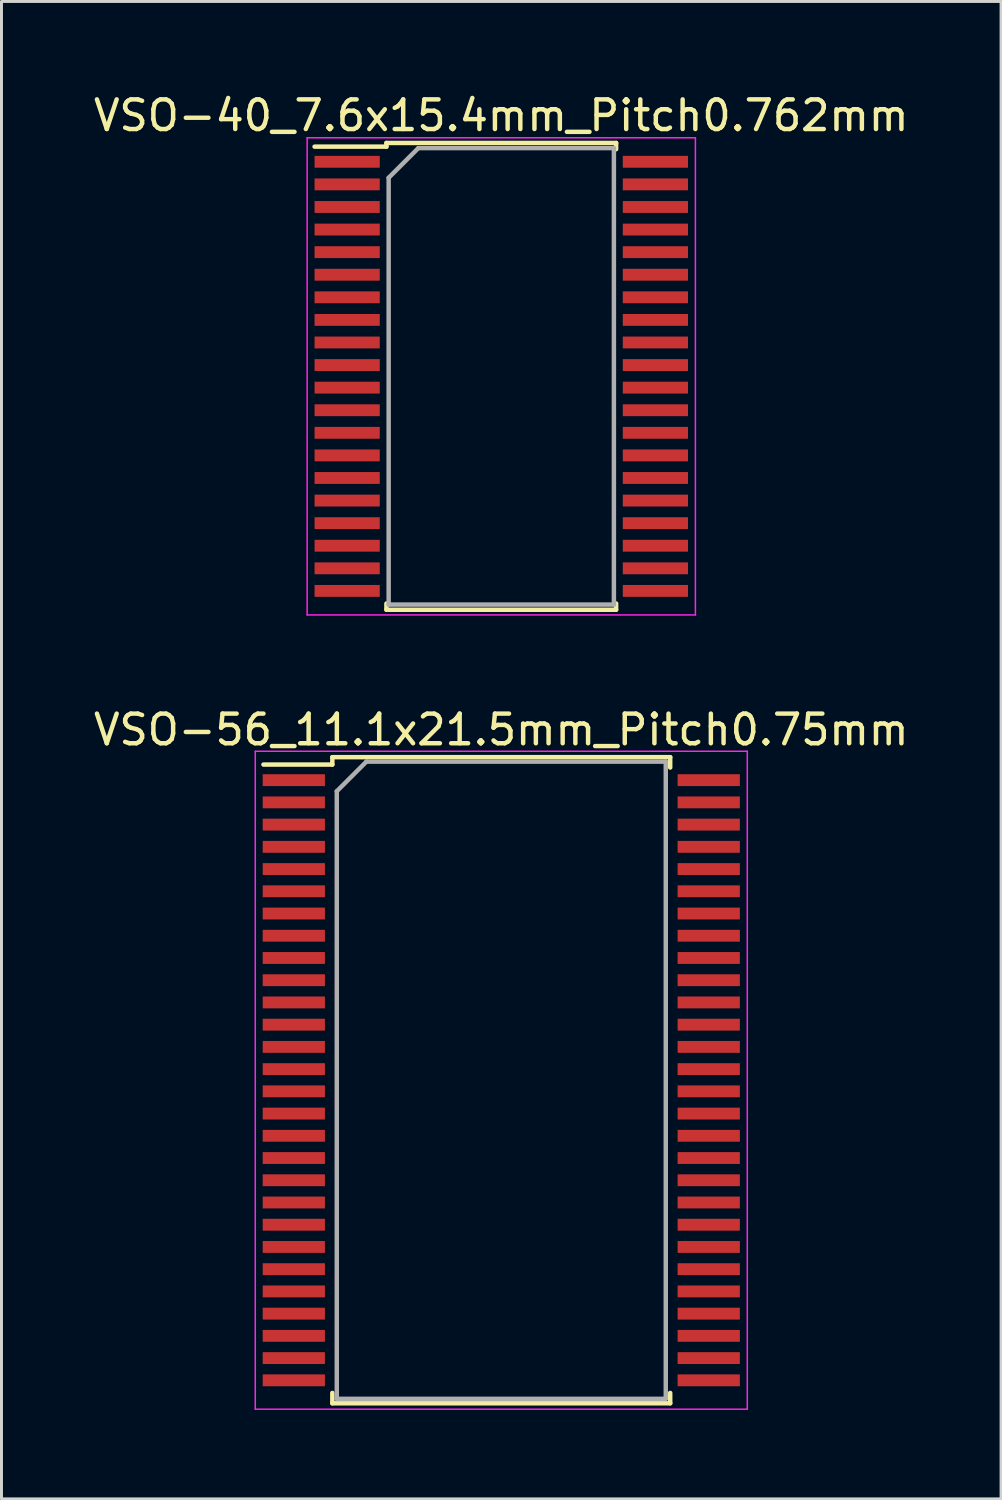
<source format=kicad_pcb>
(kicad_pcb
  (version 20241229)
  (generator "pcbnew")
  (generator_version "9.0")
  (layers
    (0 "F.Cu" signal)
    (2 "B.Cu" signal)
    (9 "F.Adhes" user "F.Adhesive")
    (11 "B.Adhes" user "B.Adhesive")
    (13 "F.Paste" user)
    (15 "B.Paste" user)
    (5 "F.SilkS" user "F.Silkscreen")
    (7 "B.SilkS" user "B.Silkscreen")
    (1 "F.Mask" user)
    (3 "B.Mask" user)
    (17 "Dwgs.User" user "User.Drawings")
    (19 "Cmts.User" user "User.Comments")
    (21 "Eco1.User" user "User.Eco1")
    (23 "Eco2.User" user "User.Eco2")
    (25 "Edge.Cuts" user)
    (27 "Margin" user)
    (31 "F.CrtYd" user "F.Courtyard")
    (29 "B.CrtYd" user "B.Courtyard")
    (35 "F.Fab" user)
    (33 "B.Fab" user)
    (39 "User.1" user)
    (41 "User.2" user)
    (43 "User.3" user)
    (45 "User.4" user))
  (footprint "VSO-40_7.6x15.4mm_Pitch0.762mm"
    (layer "F.Cu")
    (at 13.863 9.648)
    (property "Reference" "VSO-40_7.6x15.4mm_Pitch0.762mm" (at 0 -8.8 0) (layer "F.SilkS") (effects (font (size 1 1) (thickness 0.15))))
    (attr smd)
    (fp_line (start -3.875 -7.875) (end -3.875 -7.75) (stroke (width 0.15) (type solid)) (layer "F.SilkS"))
    (fp_line (start -3.875 -7.875) (end 3.875 -7.875) (stroke (width 0.15) (type solid)) (layer "F.SilkS"))
    (fp_line (start -3.875 -7.75) (end -6.3 -7.75) (stroke (width 0.15) (type solid)) (layer "F.SilkS"))
    (fp_line (start -3.875 7.875) (end -3.875 7.664) (stroke (width 0.15) (type solid)) (layer "F.SilkS"))
    (fp_line (start -3.875 7.875) (end 3.875 7.875) (stroke (width 0.15) (type solid)) (layer "F.SilkS"))
    (fp_line (start 3.875 -7.875) (end 3.875 -7.664) (stroke (width 0.15) (type solid)) (layer "F.SilkS"))
    (fp_line (start 3.875 7.875) (end 3.875 7.664) (stroke (width 0.15) (type solid)) (layer "F.SilkS"))
    (fp_line (start -6.55 -8.05) (end -6.55 8.05) (stroke (width 0.05) (type solid)) (layer "F.CrtYd"))
    (fp_line (start -6.55 -8.05) (end 6.55 -8.05) (stroke (width 0.05) (type solid)) (layer "F.CrtYd"))
    (fp_line (start -6.55 8.05) (end 6.55 8.05) (stroke (width 0.05) (type solid)) (layer "F.CrtYd"))
    (fp_line (start 6.55 -8.05) (end 6.55 8.05) (stroke (width 0.05) (type solid)) (layer "F.CrtYd"))
    (fp_line (start -3.8 -6.7) (end -2.8 -7.7) (stroke (width 0.15) (type solid)) (layer "F.Fab"))
    (fp_line (start -3.8 7.7) (end -3.8 -6.7) (stroke (width 0.15) (type solid)) (layer "F.Fab"))
    (fp_line (start -2.8 -7.7) (end 3.8 -7.7) (stroke (width 0.15) (type solid)) (layer "F.Fab"))
    (fp_line (start 3.8 -7.7) (end 3.8 7.7) (stroke (width 0.15) (type solid)) (layer "F.Fab"))
    (fp_line (start 3.8 7.7) (end -3.8 7.7) (stroke (width 0.15) (type solid)) (layer "F.Fab"))
    (pad "1" smd rect (at -5.2 -7.239) (size 2.2 0.4) (layers "F.Cu" "F.Mask" "F.Paste"))
    (pad "2" smd rect (at -5.2 -6.477) (size 2.2 0.4) (layers "F.Cu" "F.Mask" "F.Paste"))
    (pad "3" smd rect (at -5.2 -5.715) (size 2.2 0.4) (layers "F.Cu" "F.Mask" "F.Paste"))
    (pad "4" smd rect (at -5.2 -4.953) (size 2.2 0.4) (layers "F.Cu" "F.Mask" "F.Paste"))
    (pad "5" smd rect (at -5.2 -4.191) (size 2.2 0.4) (layers "F.Cu" "F.Mask" "F.Paste"))
    (pad "6" smd rect (at -5.2 -3.429) (size 2.2 0.4) (layers "F.Cu" "F.Mask" "F.Paste"))
    (pad "7" smd rect (at -5.2 -2.667) (size 2.2 0.4) (layers "F.Cu" "F.Mask" "F.Paste"))
    (pad "8" smd rect (at -5.2 -1.905) (size 2.2 0.4) (layers "F.Cu" "F.Mask" "F.Paste"))
    (pad "9" smd rect (at -5.2 -1.143) (size 2.2 0.4) (layers "F.Cu" "F.Mask" "F.Paste"))
    (pad "10" smd rect (at -5.2 -0.381) (size 2.2 0.4) (layers "F.Cu" "F.Mask" "F.Paste"))
    (pad "11" smd rect (at -5.2 0.381) (size 2.2 0.4) (layers "F.Cu" "F.Mask" "F.Paste"))
    (pad "12" smd rect (at -5.2 1.143) (size 2.2 0.4) (layers "F.Cu" "F.Mask" "F.Paste"))
    (pad "13" smd rect (at -5.2 1.905) (size 2.2 0.4) (layers "F.Cu" "F.Mask" "F.Paste"))
    (pad "14" smd rect (at -5.2 2.667) (size 2.2 0.4) (layers "F.Cu" "F.Mask" "F.Paste"))
    (pad "15" smd rect (at -5.2 3.429) (size 2.2 0.4) (layers "F.Cu" "F.Mask" "F.Paste"))
    (pad "16" smd rect (at -5.2 4.191) (size 2.2 0.4) (layers "F.Cu" "F.Mask" "F.Paste"))
    (pad "17" smd rect (at -5.2 4.953) (size 2.2 0.4) (layers "F.Cu" "F.Mask" "F.Paste"))
    (pad "18" smd rect (at -5.2 5.715) (size 2.2 0.4) (layers "F.Cu" "F.Mask" "F.Paste"))
    (pad "19" smd rect (at -5.2 6.477) (size 2.2 0.4) (layers "F.Cu" "F.Mask" "F.Paste"))
    (pad "20" smd rect (at -5.2 7.239) (size 2.2 0.4) (layers "F.Cu" "F.Mask" "F.Paste"))
    (pad "21" smd rect (at 5.2 7.239) (size 2.2 0.4) (layers "F.Cu" "F.Mask" "F.Paste"))
    (pad "22" smd rect (at 5.2 6.477) (size 2.2 0.4) (layers "F.Cu" "F.Mask" "F.Paste"))
    (pad "23" smd rect (at 5.2 5.715) (size 2.2 0.4) (layers "F.Cu" "F.Mask" "F.Paste"))
    (pad "24" smd rect (at 5.2 4.953) (size 2.2 0.4) (layers "F.Cu" "F.Mask" "F.Paste"))
    (pad "25" smd rect (at 5.2 4.191) (size 2.2 0.4) (layers "F.Cu" "F.Mask" "F.Paste"))
    (pad "26" smd rect (at 5.2 3.429) (size 2.2 0.4) (layers "F.Cu" "F.Mask" "F.Paste"))
    (pad "27" smd rect (at 5.2 2.667) (size 2.2 0.4) (layers "F.Cu" "F.Mask" "F.Paste"))
    (pad "28" smd rect (at 5.2 1.905) (size 2.2 0.4) (layers "F.Cu" "F.Mask" "F.Paste"))
    (pad "29" smd rect (at 5.2 1.143) (size 2.2 0.4) (layers "F.Cu" "F.Mask" "F.Paste"))
    (pad "30" smd rect (at 5.2 0.381) (size 2.2 0.4) (layers "F.Cu" "F.Mask" "F.Paste"))
    (pad "31" smd rect (at 5.2 -0.381) (size 2.2 0.4) (layers "F.Cu" "F.Mask" "F.Paste"))
    (pad "32" smd rect (at 5.2 -1.143) (size 2.2 0.4) (layers "F.Cu" "F.Mask" "F.Paste"))
    (pad "33" smd rect (at 5.2 -1.905) (size 2.2 0.4) (layers "F.Cu" "F.Mask" "F.Paste"))
    (pad "34" smd rect (at 5.2 -2.667) (size 2.2 0.4) (layers "F.Cu" "F.Mask" "F.Paste"))
    (pad "35" smd rect (at 5.2 -3.429) (size 2.2 0.4) (layers "F.Cu" "F.Mask" "F.Paste"))
    (pad "36" smd rect (at 5.2 -4.191) (size 2.2 0.4) (layers "F.Cu" "F.Mask" "F.Paste"))
    (pad "37" smd rect (at 5.2 -4.953) (size 2.2 0.4) (layers "F.Cu" "F.Mask" "F.Paste"))
    (pad "38" smd rect (at 5.2 -5.715) (size 2.2 0.4) (layers "F.Cu" "F.Mask" "F.Paste"))
    (pad "39" smd rect (at 5.2 -6.477) (size 2.2 0.4) (layers "F.Cu" "F.Mask" "F.Paste"))
    (pad "40" smd rect (at 5.2 -7.239) (size 2.2 0.4) (layers "F.Cu" "F.Mask" "F.Paste")))
  (footprint "VSO-56_11.1x21.5mm_Pitch0.75mm"
    (layer "F.Cu")
    (at 13.863 33.397)
    (property "Reference" "VSO-56_11.1x21.5mm_Pitch0.75mm" (at 0 -11.825 0) (layer "F.SilkS") (effects (font (size 1 1) (thickness 0.15))))
    (attr smd)
    (fp_line (start -5.7 -10.9) (end -5.7 -10.65) (stroke (width 0.15) (type solid)) (layer "F.SilkS"))
    (fp_line (start -5.7 -10.9) (end 5.7 -10.9) (stroke (width 0.15) (type solid)) (layer "F.SilkS"))
    (fp_line (start -5.7 -10.65) (end -8.025 -10.65) (stroke (width 0.15) (type solid)) (layer "F.SilkS"))
    (fp_line (start -5.7 10.9) (end -5.7 10.55) (stroke (width 0.15) (type solid)) (layer "F.SilkS"))
    (fp_line (start -5.7 10.9) (end 5.7 10.9) (stroke (width 0.15) (type solid)) (layer "F.SilkS"))
    (fp_line (start 5.7 -10.9) (end 5.7 -10.55) (stroke (width 0.15) (type solid)) (layer "F.SilkS"))
    (fp_line (start 5.7 10.9) (end 5.7 10.55) (stroke (width 0.15) (type solid)) (layer "F.SilkS"))
    (fp_line (start -8.3 -11.1) (end -8.3 11.1) (stroke (width 0.05) (type solid)) (layer "F.CrtYd"))
    (fp_line (start -8.3 -11.1) (end 8.3 -11.1) (stroke (width 0.05) (type solid)) (layer "F.CrtYd"))
    (fp_line (start -8.3 11.1) (end 8.3 11.1) (stroke (width 0.05) (type solid)) (layer "F.CrtYd"))
    (fp_line (start 8.3 -11.1) (end 8.3 11.1) (stroke (width 0.05) (type solid)) (layer "F.CrtYd"))
    (fp_line (start -5.55 -9.75) (end -4.55 -10.75) (stroke (width 0.15) (type solid)) (layer "F.Fab"))
    (fp_line (start -5.55 10.75) (end -5.55 -9.75) (stroke (width 0.15) (type solid)) (layer "F.Fab"))
    (fp_line (start -4.55 -10.75) (end 5.55 -10.75) (stroke (width 0.15) (type solid)) (layer "F.Fab"))
    (fp_line (start 5.55 -10.75) (end 5.55 10.75) (stroke (width 0.15) (type solid)) (layer "F.Fab"))
    (fp_line (start 5.55 10.75) (end -5.55 10.75) (stroke (width 0.15) (type solid)) (layer "F.Fab"))
    (pad "1" smd rect (at -7 -10.125) (size 2.1 0.4) (layers "F.Cu" "F.Mask" "F.Paste"))
    (pad "2" smd rect (at -7 -9.375) (size 2.1 0.4) (layers "F.Cu" "F.Mask" "F.Paste"))
    (pad "3" smd rect (at -7 -8.625) (size 2.1 0.4) (layers "F.Cu" "F.Mask" "F.Paste"))
    (pad "4" smd rect (at -7 -7.875) (size 2.1 0.4) (layers "F.Cu" "F.Mask" "F.Paste"))
    (pad "5" smd rect (at -7 -7.125) (size 2.1 0.4) (layers "F.Cu" "F.Mask" "F.Paste"))
    (pad "6" smd rect (at -7 -6.375) (size 2.1 0.4) (layers "F.Cu" "F.Mask" "F.Paste"))
    (pad "7" smd rect (at -7 -5.625) (size 2.1 0.4) (layers "F.Cu" "F.Mask" "F.Paste"))
    (pad "8" smd rect (at -7 -4.875) (size 2.1 0.4) (layers "F.Cu" "F.Mask" "F.Paste"))
    (pad "9" smd rect (at -7 -4.125) (size 2.1 0.4) (layers "F.Cu" "F.Mask" "F.Paste"))
    (pad "10" smd rect (at -7 -3.375) (size 2.1 0.4) (layers "F.Cu" "F.Mask" "F.Paste"))
    (pad "11" smd rect (at -7 -2.625) (size 2.1 0.4) (layers "F.Cu" "F.Mask" "F.Paste"))
    (pad "12" smd rect (at -7 -1.875) (size 2.1 0.4) (layers "F.Cu" "F.Mask" "F.Paste"))
    (pad "13" smd rect (at -7 -1.125) (size 2.1 0.4) (layers "F.Cu" "F.Mask" "F.Paste"))
    (pad "14" smd rect (at -7 -0.375) (size 2.1 0.4) (layers "F.Cu" "F.Mask" "F.Paste"))
    (pad "15" smd rect (at -7 0.375) (size 2.1 0.4) (layers "F.Cu" "F.Mask" "F.Paste"))
    (pad "16" smd rect (at -7 1.125) (size 2.1 0.4) (layers "F.Cu" "F.Mask" "F.Paste"))
    (pad "17" smd rect (at -7 1.875) (size 2.1 0.4) (layers "F.Cu" "F.Mask" "F.Paste"))
    (pad "18" smd rect (at -7 2.625) (size 2.1 0.4) (layers "F.Cu" "F.Mask" "F.Paste"))
    (pad "19" smd rect (at -7 3.375) (size 2.1 0.4) (layers "F.Cu" "F.Mask" "F.Paste"))
    (pad "20" smd rect (at -7 4.125) (size 2.1 0.4) (layers "F.Cu" "F.Mask" "F.Paste"))
    (pad "21" smd rect (at -7 4.875) (size 2.1 0.4) (layers "F.Cu" "F.Mask" "F.Paste"))
    (pad "22" smd rect (at -7 5.625) (size 2.1 0.4) (layers "F.Cu" "F.Mask" "F.Paste"))
    (pad "23" smd rect (at -7 6.375) (size 2.1 0.4) (layers "F.Cu" "F.Mask" "F.Paste"))
    (pad "24" smd rect (at -7 7.125) (size 2.1 0.4) (layers "F.Cu" "F.Mask" "F.Paste"))
    (pad "25" smd rect (at -7 7.875) (size 2.1 0.4) (layers "F.Cu" "F.Mask" "F.Paste"))
    (pad "26" smd rect (at -7 8.625) (size 2.1 0.4) (layers "F.Cu" "F.Mask" "F.Paste"))
    (pad "27" smd rect (at -7 9.375) (size 2.1 0.4) (layers "F.Cu" "F.Mask" "F.Paste"))
    (pad "28" smd rect (at -7 10.125) (size 2.1 0.4) (layers "F.Cu" "F.Mask" "F.Paste"))
    (pad "29" smd rect (at 7 10.125) (size 2.1 0.4) (layers "F.Cu" "F.Mask" "F.Paste"))
    (pad "30" smd rect (at 7 9.375) (size 2.1 0.4) (layers "F.Cu" "F.Mask" "F.Paste"))
    (pad "31" smd rect (at 7 8.625) (size 2.1 0.4) (layers "F.Cu" "F.Mask" "F.Paste"))
    (pad "32" smd rect (at 7 7.875) (size 2.1 0.4) (layers "F.Cu" "F.Mask" "F.Paste"))
    (pad "33" smd rect (at 7 7.125) (size 2.1 0.4) (layers "F.Cu" "F.Mask" "F.Paste"))
    (pad "34" smd rect (at 7 6.375) (size 2.1 0.4) (layers "F.Cu" "F.Mask" "F.Paste"))
    (pad "35" smd rect (at 7 5.625) (size 2.1 0.4) (layers "F.Cu" "F.Mask" "F.Paste"))
    (pad "36" smd rect (at 7 4.875) (size 2.1 0.4) (layers "F.Cu" "F.Mask" "F.Paste"))
    (pad "37" smd rect (at 7 4.125) (size 2.1 0.4) (layers "F.Cu" "F.Mask" "F.Paste"))
    (pad "38" smd rect (at 7 3.375) (size 2.1 0.4) (layers "F.Cu" "F.Mask" "F.Paste"))
    (pad "39" smd rect (at 7 2.625) (size 2.1 0.4) (layers "F.Cu" "F.Mask" "F.Paste"))
    (pad "40" smd rect (at 7 1.875) (size 2.1 0.4) (layers "F.Cu" "F.Mask" "F.Paste"))
    (pad "41" smd rect (at 7 1.125) (size 2.1 0.4) (layers "F.Cu" "F.Mask" "F.Paste"))
    (pad "42" smd rect (at 7 0.375) (size 2.1 0.4) (layers "F.Cu" "F.Mask" "F.Paste"))
    (pad "43" smd rect (at 7 -0.375) (size 2.1 0.4) (layers "F.Cu" "F.Mask" "F.Paste"))
    (pad "44" smd rect (at 7 -1.125) (size 2.1 0.4) (layers "F.Cu" "F.Mask" "F.Paste"))
    (pad "45" smd rect (at 7 -1.875) (size 2.1 0.4) (layers "F.Cu" "F.Mask" "F.Paste"))
    (pad "46" smd rect (at 7 -2.625) (size 2.1 0.4) (layers "F.Cu" "F.Mask" "F.Paste"))
    (pad "47" smd rect (at 7 -3.375) (size 2.1 0.4) (layers "F.Cu" "F.Mask" "F.Paste"))
    (pad "48" smd rect (at 7 -4.125) (size 2.1 0.4) (layers "F.Cu" "F.Mask" "F.Paste"))
    (pad "49" smd rect (at 7 -4.875) (size 2.1 0.4) (layers "F.Cu" "F.Mask" "F.Paste"))
    (pad "50" smd rect (at 7 -5.625) (size 2.1 0.4) (layers "F.Cu" "F.Mask" "F.Paste"))
    (pad "51" smd rect (at 7 -6.375) (size 2.1 0.4) (layers "F.Cu" "F.Mask" "F.Paste"))
    (pad "52" smd rect (at 7 -7.125) (size 2.1 0.4) (layers "F.Cu" "F.Mask" "F.Paste"))
    (pad "53" smd rect (at 7 -7.875) (size 2.1 0.4) (layers "F.Cu" "F.Mask" "F.Paste"))
    (pad "54" smd rect (at 7 -8.625) (size 2.1 0.4) (layers "F.Cu" "F.Mask" "F.Paste"))
    (pad "55" smd rect (at 7 -9.375) (size 2.1 0.4) (layers "F.Cu" "F.Mask" "F.Paste"))
    (pad "56" smd rect (at 7 -10.125) (size 2.1 0.4) (layers "F.Cu" "F.Mask" "F.Paste")))
  (gr_rect
    (start -3 -3)
    (end 30.726 47.522)
    (stroke (width 0.1) (type default))
    (fill no)
    (layer "Edge.Cuts")))
</source>
